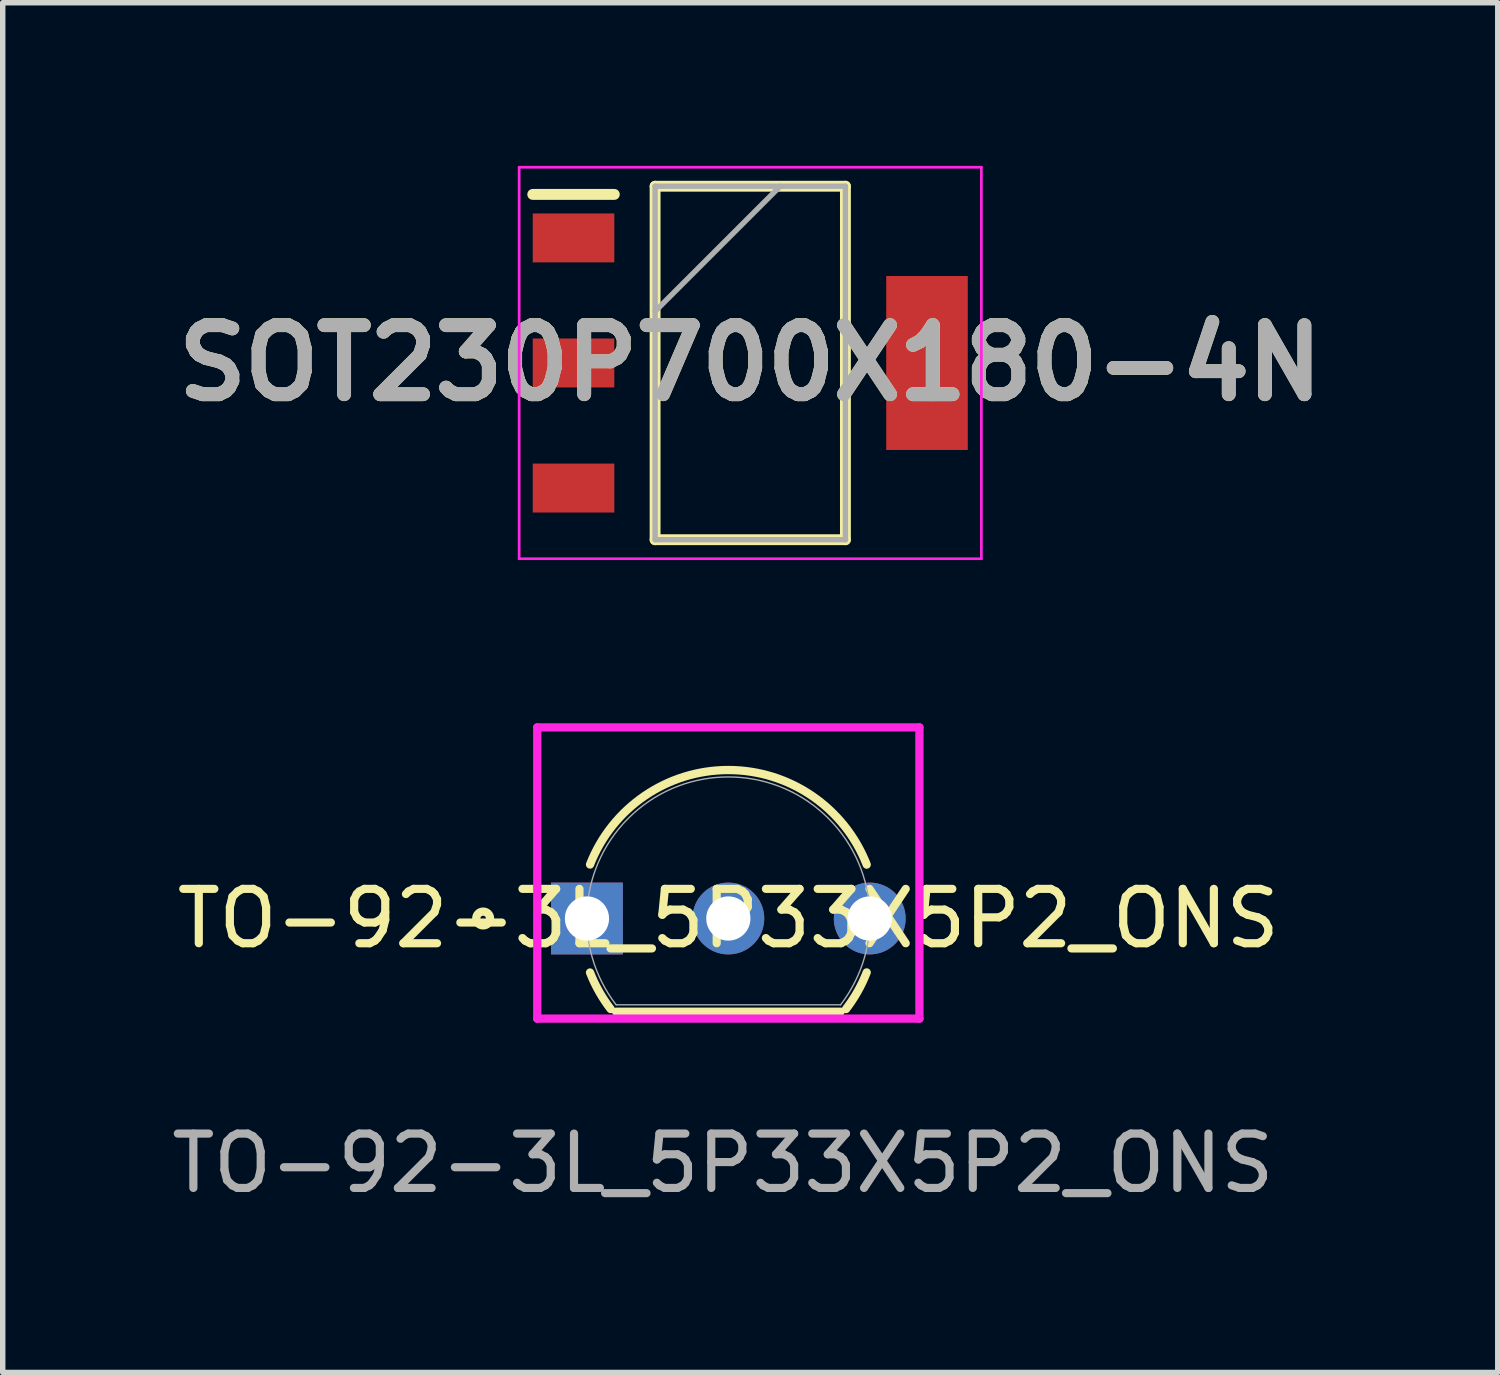
<source format=kicad_pcb>
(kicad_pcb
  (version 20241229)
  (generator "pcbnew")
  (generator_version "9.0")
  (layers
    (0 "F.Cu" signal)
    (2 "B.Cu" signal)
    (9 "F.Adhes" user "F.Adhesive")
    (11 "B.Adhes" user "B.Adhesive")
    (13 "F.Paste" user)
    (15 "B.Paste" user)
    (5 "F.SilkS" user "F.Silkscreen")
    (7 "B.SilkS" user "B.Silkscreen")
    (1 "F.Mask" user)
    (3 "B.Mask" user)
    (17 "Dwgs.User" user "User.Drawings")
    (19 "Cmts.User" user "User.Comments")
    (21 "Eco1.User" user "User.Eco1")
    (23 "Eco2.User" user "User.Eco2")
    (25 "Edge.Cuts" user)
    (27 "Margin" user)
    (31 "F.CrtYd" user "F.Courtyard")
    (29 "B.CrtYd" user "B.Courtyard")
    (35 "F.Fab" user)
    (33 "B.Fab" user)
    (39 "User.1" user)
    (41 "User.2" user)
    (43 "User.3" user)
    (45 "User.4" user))
  (footprint "TO-92-3L_5P33X5P2_ONS"
    (layer "F.Cu")
    (at 7.744 13.841)
    (property "Reference" "TO-92-3L_5P33X5P2_ONS" (at 2.6 0 0) (unlocked yes) (layer "F.SilkS") (effects (font (size 1 1) (thickness 0.15))))
    (attr through_hole)
    (fp_line (start 0.536 1.714) (end 4.664 1.714) (stroke (width 0.152) (type solid)) (layer "F.SilkS"))
    (fp_arc (start 0.056517 -0.99314) (mid 2.600845 -2.7305) (end 5.144097 -0.991565) (stroke (width 0.1524) (type solid)) (layer "F.SilkS"))
    (fp_arc (start 0.435836 1.66494) (mid 0.22233 1.342504) (end 0.056518 0.993141) (stroke (width 0.1524) (type solid)) (layer "F.SilkS"))
    (fp_arc (start 5.144097 0.991565) (mid 4.978085 1.341768) (end 4.764164 1.66494) (stroke (width 0.1524) (type solid)) (layer "F.SilkS"))
    (fp_circle (center -1.909 0) (end -1.782 0) (stroke (width 0.152) (type solid)) (fill no) (layer "F.SilkS"))
    (fp_line (start -0.914 -3.514) (end 6.114 -3.514) (stroke (width 0.152) (type solid)) (layer "F.CrtYd"))
    (fp_line (start -0.914 1.841) (end -0.914 -3.514) (stroke (width 0.152) (type solid)) (layer "F.CrtYd"))
    (fp_line (start 6.114 -3.514) (end 6.114 1.841) (stroke (width 0.152) (type solid)) (layer "F.CrtYd"))
    (fp_line (start 6.114 1.841) (end -0.914 1.841) (stroke (width 0.152) (type solid)) (layer "F.CrtYd"))
    (fp_line (start -0.254 0) (end 0.254 0) (stroke (width 0.152) (type solid)) (layer "F.Fab"))
    (fp_line (start 0 0.254) (end 0 -0.254) (stroke (width 0.152) (type solid)) (layer "F.Fab"))
    (fp_line (start 0.536 1.587) (end 4.664 1.587) (stroke (width 0.025) (type solid)) (layer "F.Fab"))
    (fp_arc (start 0.536493 1.587499) (mid 2.600001 -2.6035) (end 4.663506 1.5875) (stroke (width 0.0254) (type solid)) (layer "F.Fab"))
    (fp_circle (center 0.251 0) (end 0.378 0) (stroke (width 0.025) (type solid)) (fill no) (layer "F.Fab"))
    (fp_text user "${REFERENCE}" (at 2.5 4.5 0) (unlocked yes) (layer "F.Fab") (effects (font (size 1 1) (thickness 0.15))))
    (pad "1" thru_hole circle (at 5.2 0) (size 1.321 1.321) (drill 0.813) (layers "*.Cu" "*.Mask"))
    (pad "2" thru_hole circle (at 2.6 0) (size 1.321 1.321) (drill 0.813) (layers "*.Cu" "*.Mask"))
    (pad "3" thru_hole rect (at 0 0) (size 1.321 1.321) (drill 0.813) (layers "*.Cu" "*.Mask")))
  (footprint "SOT230P700X180-4N"
    (layer "F.Cu")
    (at 10.747 3.625)
    (property "Reference" "SOT230P700X180-4N" (at 0 0 0) (layer "F.SilkS") (effects (font (size 1.27 1.27) (thickness 0.254))))
    (attr smd)
    (fp_line (start -4 -3.1) (end -2.5 -3.1) (stroke (width 0.2) (type solid)) (layer "F.SilkS"))
    (fp_line (start -1.75 -3.25) (end 1.75 -3.25) (stroke (width 0.2) (type solid)) (layer "F.SilkS"))
    (fp_line (start -1.75 3.25) (end -1.75 -3.25) (stroke (width 0.2) (type solid)) (layer "F.SilkS"))
    (fp_line (start 1.75 -3.25) (end 1.75 3.25) (stroke (width 0.2) (type solid)) (layer "F.SilkS"))
    (fp_line (start 1.75 3.25) (end -1.75 3.25) (stroke (width 0.2) (type solid)) (layer "F.SilkS"))
    (fp_line (start -4.25 -3.6) (end 4.25 -3.6) (stroke (width 0.05) (type solid)) (layer "F.CrtYd"))
    (fp_line (start -4.25 3.6) (end -4.25 -3.6) (stroke (width 0.05) (type solid)) (layer "F.CrtYd"))
    (fp_line (start 4.25 -3.6) (end 4.25 3.6) (stroke (width 0.05) (type solid)) (layer "F.CrtYd"))
    (fp_line (start 4.25 3.6) (end -4.25 3.6) (stroke (width 0.05) (type solid)) (layer "F.CrtYd"))
    (fp_line (start -1.75 -3.25) (end 1.75 -3.25) (stroke (width 0.1) (type solid)) (layer "F.Fab"))
    (fp_line (start -1.75 -0.95) (end 0.55 -3.25) (stroke (width 0.1) (type solid)) (layer "F.Fab"))
    (fp_line (start -1.75 3.25) (end -1.75 -3.25) (stroke (width 0.1) (type solid)) (layer "F.Fab"))
    (fp_line (start 1.75 -3.25) (end 1.75 3.25) (stroke (width 0.1) (type solid)) (layer "F.Fab"))
    (fp_line (start 1.75 3.25) (end -1.75 3.25) (stroke (width 0.1) (type solid)) (layer "F.Fab"))
    (fp_text user "${REFERENCE}" (at 0 0 0) (layer "F.Fab") (effects (font (size 1.27 1.27) (thickness 0.254))))
    (pad "1" smd rect (at -3.25 -2.3 90) (size 0.9 1.5) (layers "F.Cu" "F.Mask" "F.Paste"))
    (pad "2" smd rect (at -3.25 0 90) (size 0.9 1.5) (layers "F.Cu" "F.Mask" "F.Paste"))
    (pad "3" smd rect (at -3.25 2.3 90) (size 0.9 1.5) (layers "F.Cu" "F.Mask" "F.Paste"))
    (pad "4" smd rect (at 3.25 0) (size 1.5 3.2) (layers "F.Cu" "F.Mask" "F.Paste")))
  (gr_rect
    (start -3 -3)
    (end 24.493 22.189)
    (stroke (width 0.1) (type default))
    (fill no)
    (layer "Edge.Cuts")))
</source>
